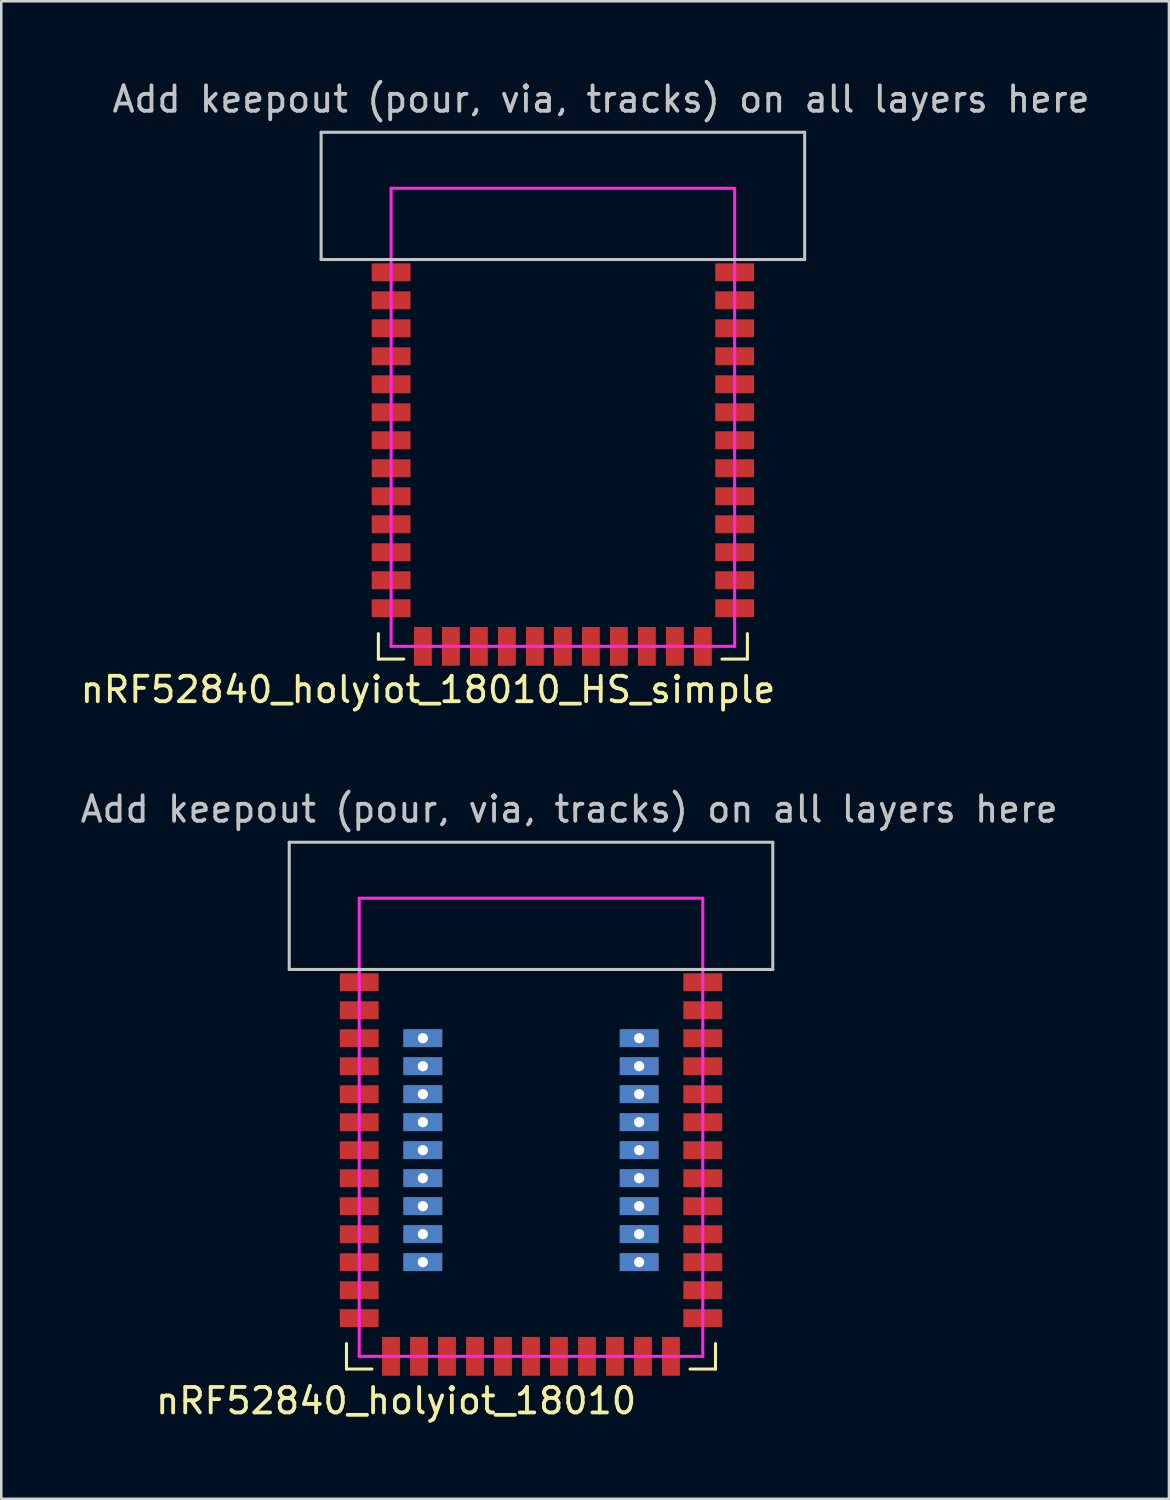
<source format=kicad_pcb>
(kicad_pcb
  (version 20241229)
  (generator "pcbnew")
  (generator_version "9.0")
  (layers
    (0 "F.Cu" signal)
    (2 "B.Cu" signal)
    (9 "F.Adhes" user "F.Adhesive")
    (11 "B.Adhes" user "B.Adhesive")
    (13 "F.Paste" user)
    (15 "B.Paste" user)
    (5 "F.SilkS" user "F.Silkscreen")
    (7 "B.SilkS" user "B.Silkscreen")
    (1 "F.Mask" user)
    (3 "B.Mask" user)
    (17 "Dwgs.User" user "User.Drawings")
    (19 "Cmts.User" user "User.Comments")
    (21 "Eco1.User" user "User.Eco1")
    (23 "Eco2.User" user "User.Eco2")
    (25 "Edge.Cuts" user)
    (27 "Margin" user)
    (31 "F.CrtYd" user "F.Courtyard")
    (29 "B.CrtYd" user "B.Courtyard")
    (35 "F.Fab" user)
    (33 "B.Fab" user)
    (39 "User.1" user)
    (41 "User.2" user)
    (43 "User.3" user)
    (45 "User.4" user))
  (footprint "nRF52840_holyiot_18010_HS_simple"
    (layer "F.Cu")
    (at 19.068 13.348)
    (property "Reference" "nRF52840_holyiot_18010_HS_simple" (at -5.3 10.7 0) (layer "F.SilkS") (effects (font (size 1 1) (thickness 0.15))))
    (attr smd)
    (fp_line (start -7.25 8.5) (end -7.25 9.5) (stroke (width 0.12) (type solid)) (layer "F.SilkS"))
    (fp_line (start -6.25 9.5) (end -7.25 9.5) (stroke (width 0.12) (type solid)) (layer "F.SilkS"))
    (fp_line (start 6.25 9.5) (end 7.25 9.5) (stroke (width 0.12) (type solid)) (layer "F.SilkS"))
    (fp_line (start 7.25 8.5) (end 7.25 9.5) (stroke (width 0.12) (type solid)) (layer "F.SilkS"))
    (fp_line (start -9.5 -11.2) (end 9.5 -11.2) (stroke (width 0.12) (type solid)) (layer "Dwgs.User"))
    (fp_line (start -9.5 -6.2) (end -9.5 -11.2) (stroke (width 0.12) (type solid)) (layer "Dwgs.User"))
    (fp_line (start 9.5 -11.2) (end 9.5 -6.2) (stroke (width 0.12) (type solid)) (layer "Dwgs.User"))
    (fp_line (start 9.5 -6.2) (end -9.5 -6.2) (stroke (width 0.12) (type solid)) (layer "Dwgs.User"))
    (fp_line (start -6.75 -9) (end 6.75 -9) (stroke (width 0.12) (type solid)) (layer "F.CrtYd"))
    (fp_line (start -6.75 9) (end -6.75 -9) (stroke (width 0.12) (type solid)) (layer "F.CrtYd"))
    (fp_line (start 6.75 -9) (end 6.75 9) (stroke (width 0.12) (type solid)) (layer "F.CrtYd"))
    (fp_line (start 6.75 9) (end -6.75 9) (stroke (width 0.12) (type solid)) (layer "F.CrtYd"))
    (fp_text user "Add keepout (pour, via, tracks) on all layers here" (at 1.5 -12.5 0) (layer "Dwgs.User") (effects (font (size 1 1) (thickness 0.15))))
    (pad "1" smd rect (at -6.75 -5.7) (size 1.524 0.7) (layers "F.Cu" "F.Mask" "F.Paste"))
    (pad "2" smd rect (at -6.75 -4.6) (size 1.524 0.7) (layers "F.Cu" "F.Mask" "F.Paste"))
    (pad "3" smd rect (at -6.75 -3.5) (size 1.524 0.7) (layers "F.Cu" "F.Mask" "F.Paste"))
    (pad "4" smd rect (at -6.75 -2.4) (size 1.524 0.7) (layers "F.Cu" "F.Mask" "F.Paste"))
    (pad "5" smd rect (at -6.75 -1.3) (size 1.524 0.7) (layers "F.Cu" "F.Mask" "F.Paste"))
    (pad "6" smd rect (at -6.75 -0.2) (size 1.524 0.7) (layers "F.Cu" "F.Mask" "F.Paste"))
    (pad "7" smd rect (at -6.75 0.9) (size 1.524 0.7) (layers "F.Cu" "F.Mask" "F.Paste"))
    (pad "8" smd rect (at -6.75 2) (size 1.524 0.7) (layers "F.Cu" "F.Mask" "F.Paste"))
    (pad "9" smd rect (at -6.75 3.1) (size 1.524 0.7) (layers "F.Cu" "F.Mask" "F.Paste"))
    (pad "10" smd rect (at -6.75 4.2) (size 1.524 0.7) (layers "F.Cu" "F.Mask" "F.Paste"))
    (pad "11" smd rect (at -6.75 5.3) (size 1.524 0.7) (layers "F.Cu" "F.Mask" "F.Paste"))
    (pad "12" smd rect (at -6.75 6.4) (size 1.524 0.7) (layers "F.Cu" "F.Mask" "F.Paste"))
    (pad "13" smd rect (at -6.75 7.5) (size 1.524 0.7) (layers "F.Cu" "F.Mask" "F.Paste"))
    (pad "14" smd rect (at -5.5 9 90) (size 1.524 0.7) (layers "F.Cu" "F.Mask" "F.Paste"))
    (pad "15" smd rect (at -4.4 9 90) (size 1.524 0.7) (layers "F.Cu" "F.Mask" "F.Paste"))
    (pad "16" smd rect (at -3.3 9 90) (size 1.524 0.7) (layers "F.Cu" "F.Mask" "F.Paste"))
    (pad "17" smd rect (at -2.2 9 90) (size 1.524 0.7) (layers "F.Cu" "F.Mask" "F.Paste"))
    (pad "18" smd rect (at -1.1 9 90) (size 1.524 0.7) (layers "F.Cu" "F.Mask" "F.Paste"))
    (pad "19" smd rect (at 0 9 90) (size 1.524 0.7) (layers "F.Cu" "F.Mask" "F.Paste"))
    (pad "20" smd rect (at 1.1 9 90) (size 1.524 0.7) (layers "F.Cu" "F.Mask" "F.Paste"))
    (pad "21" smd rect (at 2.2 9 90) (size 1.524 0.7) (layers "F.Cu" "F.Mask" "F.Paste"))
    (pad "22" smd rect (at 3.3 9 90) (size 1.524 0.7) (layers "F.Cu" "F.Mask" "F.Paste"))
    (pad "23" smd rect (at 4.4 9 90) (size 1.524 0.7) (layers "F.Cu" "F.Mask" "F.Paste"))
    (pad "24" smd rect (at 5.5 9 90) (size 1.524 0.7) (layers "F.Cu" "F.Mask" "F.Paste"))
    (pad "25" smd rect (at 6.75 7.5 180) (size 1.524 0.7) (layers "F.Cu" "F.Mask" "F.Paste"))
    (pad "26" smd rect (at 6.75 6.4 180) (size 1.524 0.7) (layers "F.Cu" "F.Mask" "F.Paste"))
    (pad "27" smd rect (at 6.75 5.3 180) (size 1.524 0.7) (layers "F.Cu" "F.Mask" "F.Paste"))
    (pad "28" smd rect (at 6.75 4.2 180) (size 1.524 0.7) (layers "F.Cu" "F.Mask" "F.Paste"))
    (pad "29" smd rect (at 6.75 3.1 180) (size 1.524 0.7) (layers "F.Cu" "F.Mask" "F.Paste"))
    (pad "30" smd rect (at 6.75 2 180) (size 1.524 0.7) (layers "F.Cu" "F.Mask" "F.Paste"))
    (pad "31" smd rect (at 6.75 0.9 180) (size 1.524 0.7) (layers "F.Cu" "F.Mask" "F.Paste"))
    (pad "32" smd rect (at 6.75 -0.2 180) (size 1.524 0.7) (layers "F.Cu" "F.Mask" "F.Paste"))
    (pad "33" smd rect (at 6.75 -1.3 180) (size 1.524 0.7) (layers "F.Cu" "F.Mask" "F.Paste"))
    (pad "34" smd rect (at 6.75 -2.4 180) (size 1.524 0.7) (layers "F.Cu" "F.Mask" "F.Paste"))
    (pad "35" smd rect (at 6.75 -3.5 180) (size 1.524 0.7) (layers "F.Cu" "F.Mask" "F.Paste"))
    (pad "36" smd rect (at 6.75 -4.6 180) (size 1.524 0.7) (layers "F.Cu" "F.Mask" "F.Paste"))
    (pad "37" smd rect (at 6.75 -5.7 180) (size 1.524 0.7) (layers "F.Cu" "F.Mask" "F.Paste")))
  (footprint "nRF52840_holyiot_18010"
    (layer "F.Cu")
    (at 17.815 41.245)
    (property "Reference" "nRF52840_holyiot_18010" (at -5.3 10.75 0) (layer "F.SilkS") (effects (font (size 1 1) (thickness 0.15))))
    (attr smd)
    (fp_line (start -7.25 8.5) (end -7.25 9.5) (stroke (width 0.12) (type solid)) (layer "F.SilkS"))
    (fp_line (start -6.25 9.5) (end -7.25 9.5) (stroke (width 0.12) (type solid)) (layer "F.SilkS"))
    (fp_line (start 6.25 9.5) (end 7.25 9.5) (stroke (width 0.12) (type solid)) (layer "F.SilkS"))
    (fp_line (start 7.25 8.5) (end 7.25 9.5) (stroke (width 0.12) (type solid)) (layer "F.SilkS"))
    (fp_line (start -9.5 -11.2) (end 9.5 -11.2) (stroke (width 0.12) (type solid)) (layer "Dwgs.User"))
    (fp_line (start -9.5 -6.2) (end -9.5 -11.2) (stroke (width 0.12) (type solid)) (layer "Dwgs.User"))
    (fp_line (start 9.5 -11.2) (end 9.5 -6.2) (stroke (width 0.12) (type solid)) (layer "Dwgs.User"))
    (fp_line (start 9.5 -6.2) (end -9.5 -6.2) (stroke (width 0.12) (type solid)) (layer "Dwgs.User"))
    (fp_line (start -6.75 -9) (end 6.75 -9) (stroke (width 0.12) (type solid)) (layer "F.CrtYd"))
    (fp_line (start -6.75 9) (end -6.75 -9) (stroke (width 0.12) (type solid)) (layer "F.CrtYd"))
    (fp_line (start 6.75 -9) (end 6.75 9) (stroke (width 0.12) (type solid)) (layer "F.CrtYd"))
    (fp_line (start 6.75 9) (end -6.75 9) (stroke (width 0.12) (type solid)) (layer "F.CrtYd"))
    (fp_text user "Add keepout (pour, via, tracks) on all layers here" (at 1.5 -12.5 0) (layer "Dwgs.User") (effects (font (size 1 1) (thickness 0.15))))
    (pad "1" smd rect (at -6.75 -5.7) (size 1.524 0.7) (layers "F.Cu" "F.Mask" "F.Paste"))
    (pad "2" smd rect (at -6.75 -4.6) (size 1.524 0.7) (layers "F.Cu" "F.Mask" "F.Paste"))
    (pad "3" smd rect (at -6.75 -3.5) (size 1.524 0.7) (layers "F.Cu" "F.Mask" "F.Paste"))
    (pad "4" smd rect (at -6.75 -2.4) (size 1.524 0.7) (layers "F.Cu" "F.Mask" "F.Paste"))
    (pad "5" smd rect (at -6.75 -1.3) (size 1.524 0.7) (layers "F.Cu" "F.Mask" "F.Paste"))
    (pad "6" smd rect (at -6.75 -0.2) (size 1.524 0.7) (layers "F.Cu" "F.Mask" "F.Paste"))
    (pad "7" smd rect (at -6.75 0.9) (size 1.524 0.7) (layers "F.Cu" "F.Mask" "F.Paste"))
    (pad "8" smd rect (at -6.75 2) (size 1.524 0.7) (layers "F.Cu" "F.Mask" "F.Paste"))
    (pad "9" smd rect (at -6.75 3.1) (size 1.524 0.7) (layers "F.Cu" "F.Mask" "F.Paste"))
    (pad "10" smd rect (at -6.75 4.2) (size 1.524 0.7) (layers "F.Cu" "F.Mask" "F.Paste"))
    (pad "11" smd rect (at -6.75 5.3) (size 1.524 0.7) (layers "F.Cu" "F.Mask" "F.Paste"))
    (pad "12" smd rect (at -6.75 6.4) (size 1.524 0.7) (layers "F.Cu" "F.Mask" "F.Paste"))
    (pad "13" smd rect (at -6.75 7.5) (size 1.524 0.7) (layers "F.Cu" "F.Mask" "F.Paste"))
    (pad "14" smd rect (at -5.5 9 90) (size 1.524 0.7) (layers "F.Cu" "F.Mask" "F.Paste"))
    (pad "15" smd rect (at -4.4 9 90) (size 1.524 0.7) (layers "F.Cu" "F.Mask" "F.Paste"))
    (pad "16" smd rect (at -3.3 9 90) (size 1.524 0.7) (layers "F.Cu" "F.Mask" "F.Paste"))
    (pad "17" smd rect (at -2.2 9 90) (size 1.524 0.7) (layers "F.Cu" "F.Mask" "F.Paste"))
    (pad "18" smd rect (at -1.1 9 90) (size 1.524 0.7) (layers "F.Cu" "F.Mask" "F.Paste"))
    (pad "19" smd rect (at 0 9 90) (size 1.524 0.7) (layers "F.Cu" "F.Mask" "F.Paste"))
    (pad "20" smd rect (at 1.1 9 90) (size 1.524 0.7) (layers "F.Cu" "F.Mask" "F.Paste"))
    (pad "21" smd rect (at 2.2 9 90) (size 1.524 0.7) (layers "F.Cu" "F.Mask" "F.Paste"))
    (pad "22" smd rect (at 3.3 9 90) (size 1.524 0.7) (layers "F.Cu" "F.Mask" "F.Paste"))
    (pad "23" smd rect (at 4.4 9 90) (size 1.524 0.7) (layers "F.Cu" "F.Mask" "F.Paste"))
    (pad "24" smd rect (at 5.5 9 90) (size 1.524 0.7) (layers "F.Cu" "F.Mask" "F.Paste"))
    (pad "25" smd rect (at 6.75 7.5 180) (size 1.524 0.7) (layers "F.Cu" "F.Mask" "F.Paste"))
    (pad "26" smd rect (at 6.75 6.4 180) (size 1.524 0.7) (layers "F.Cu" "F.Mask" "F.Paste"))
    (pad "27" smd rect (at 6.75 5.3 180) (size 1.524 0.7) (layers "F.Cu" "F.Mask" "F.Paste"))
    (pad "28" smd rect (at 6.75 4.2 180) (size 1.524 0.7) (layers "F.Cu" "F.Mask" "F.Paste"))
    (pad "29" smd rect (at 6.75 3.1 180) (size 1.524 0.7) (layers "F.Cu" "F.Mask" "F.Paste"))
    (pad "30" smd rect (at 6.75 2 180) (size 1.524 0.7) (layers "F.Cu" "F.Mask" "F.Paste"))
    (pad "31" smd rect (at 6.75 0.9 180) (size 1.524 0.7) (layers "F.Cu" "F.Mask" "F.Paste"))
    (pad "32" smd rect (at 6.75 -0.2 180) (size 1.524 0.7) (layers "F.Cu" "F.Mask" "F.Paste"))
    (pad "33" smd rect (at 6.75 -1.3 180) (size 1.524 0.7) (layers "F.Cu" "F.Mask" "F.Paste"))
    (pad "34" smd rect (at 6.75 -2.4 180) (size 1.524 0.7) (layers "F.Cu" "F.Mask" "F.Paste"))
    (pad "35" smd rect (at 6.75 -3.5 180) (size 1.524 0.7) (layers "F.Cu" "F.Mask" "F.Paste"))
    (pad "36" smd rect (at 6.75 -4.6 180) (size 1.524 0.7) (layers "F.Cu" "F.Mask" "F.Paste"))
    (pad "37" smd rect (at 6.75 -5.7 180) (size 1.524 0.7) (layers "F.Cu" "F.Mask" "F.Paste"))
    (pad "38" thru_hole rect (at -4.25 -3.5 180) (size 1.524 0.7) (drill 0.4) (layers "*.Cu" "*.Mask"))
    (pad "39" thru_hole rect (at -4.25 -2.4 180) (size 1.524 0.7) (drill 0.4) (layers "*.Cu" "*.Mask"))
    (pad "40" thru_hole rect (at -4.25 -1.3 180) (size 1.524 0.7) (drill 0.4) (layers "*.Cu" "*.Mask"))
    (pad "41" thru_hole rect (at -4.25 -0.2 180) (size 1.524 0.7) (drill 0.4) (layers "*.Cu" "*.Mask"))
    (pad "42" thru_hole rect (at -4.25 0.9 180) (size 1.524 0.7) (drill 0.4) (layers "*.Cu" "*.Mask"))
    (pad "43" thru_hole rect (at -4.25 2 180) (size 1.524 0.7) (drill 0.4) (layers "*.Cu" "*.Mask"))
    (pad "44" thru_hole rect (at -4.25 3.1 180) (size 1.524 0.7) (drill 0.4) (layers "*.Cu" "*.Mask"))
    (pad "45" thru_hole rect (at -4.25 4.2 180) (size 1.524 0.7) (drill 0.4) (layers "*.Cu" "*.Mask"))
    (pad "46" thru_hole rect (at -4.25 5.3 180) (size 1.524 0.7) (drill 0.4) (layers "*.Cu" "*.Mask"))
    (pad "47" thru_hole rect (at 4.25 -3.5 180) (size 1.524 0.7) (drill 0.4) (layers "*.Cu" "*.Mask"))
    (pad "48" thru_hole rect (at 4.25 -2.4 180) (size 1.524 0.7) (drill 0.4) (layers "*.Cu" "*.Mask"))
    (pad "49" thru_hole rect (at 4.25 -1.3 180) (size 1.524 0.7) (drill 0.4) (layers "*.Cu" "*.Mask"))
    (pad "50" thru_hole rect (at 4.25 -0.2 180) (size 1.524 0.7) (drill 0.4) (layers "*.Cu" "*.Mask"))
    (pad "51" thru_hole rect (at 4.25 0.9 180) (size 1.524 0.7) (drill 0.4) (layers "*.Cu" "*.Mask"))
    (pad "52" thru_hole rect (at 4.25 2 180) (size 1.524 0.7) (drill 0.4) (layers "*.Cu" "*.Mask"))
    (pad "53" thru_hole rect (at 4.25 3.1 180) (size 1.524 0.7) (drill 0.4) (layers "*.Cu" "*.Mask"))
    (pad "54" thru_hole rect (at 4.25 4.2 180) (size 1.524 0.7) (drill 0.4) (layers "*.Cu" "*.Mask"))
    (pad "55" thru_hole rect (at 4.25 5.3 180) (size 1.524 0.7) (drill 0.4) (layers "*.Cu" "*.Mask")))
  (gr_rect
    (start -3 -3)
    (end 42.883 55.843)
    (stroke (width 0.1) (type default))
    (fill no)
    (layer "Edge.Cuts")))
</source>
